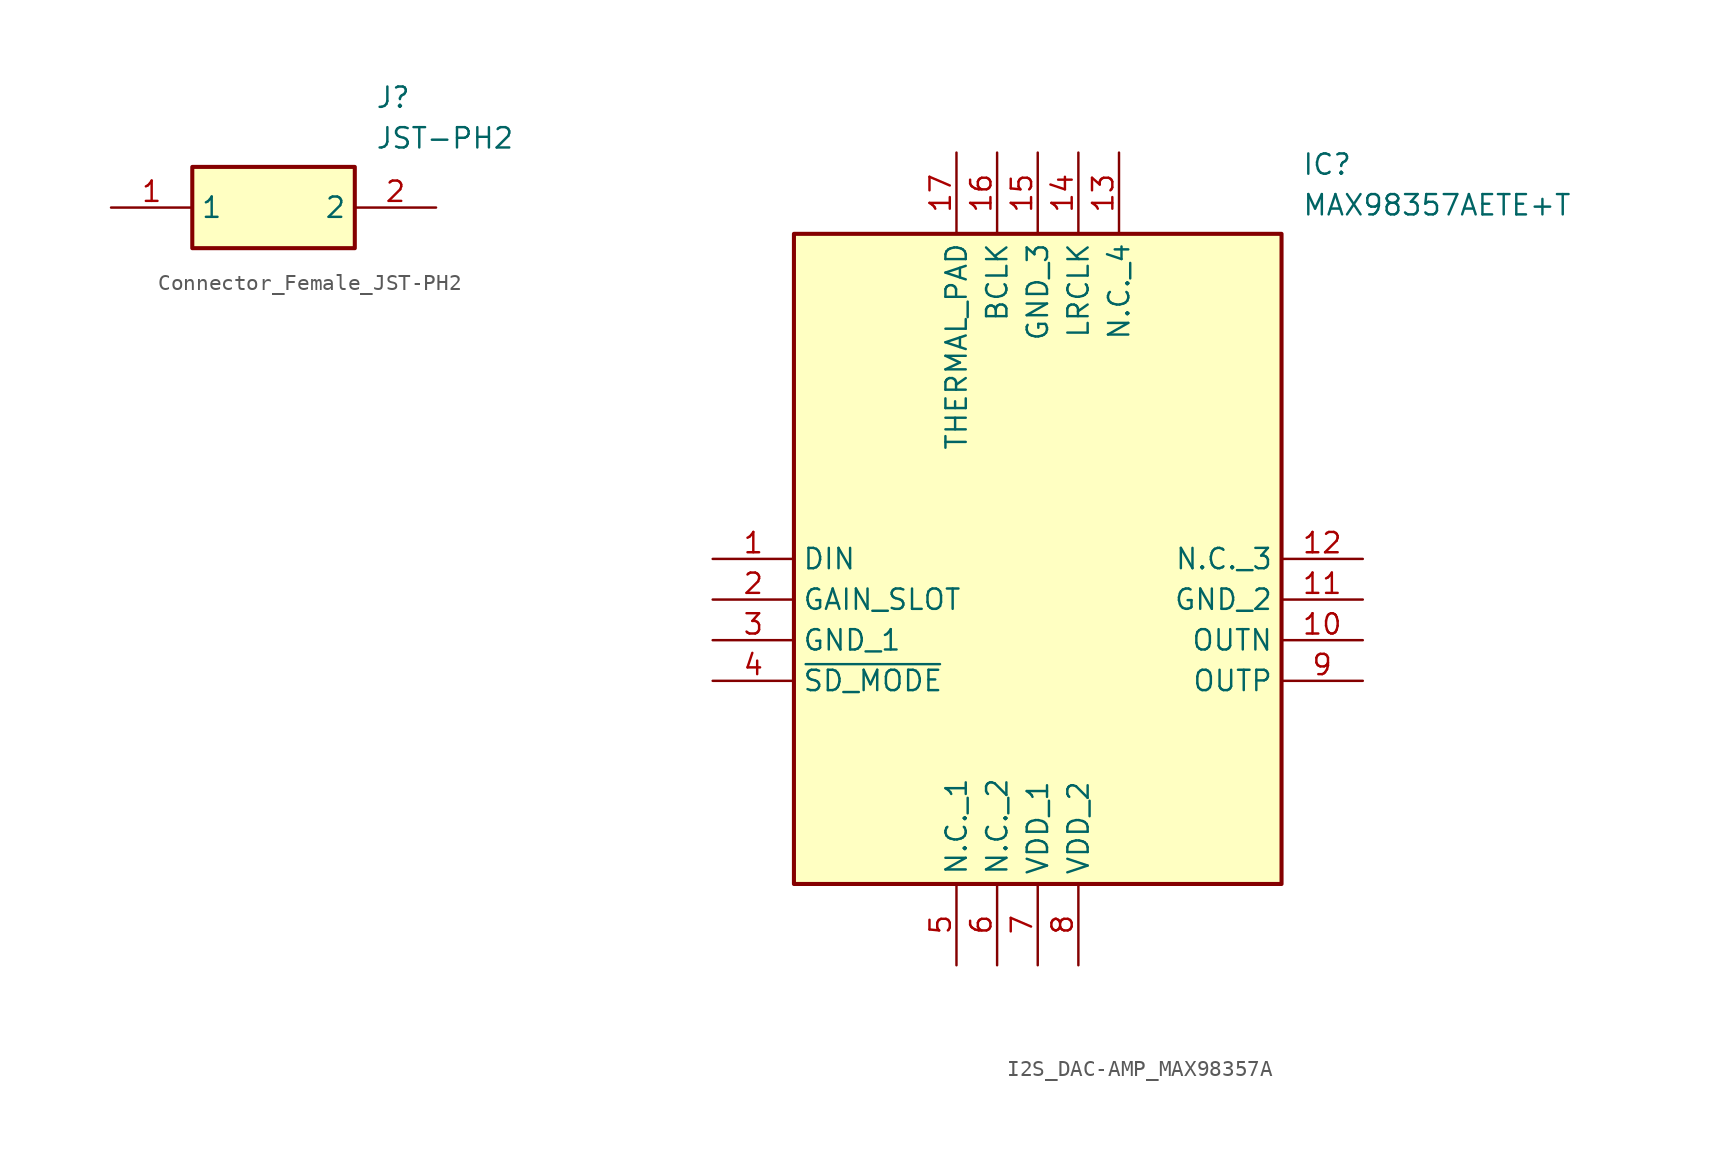
<source format=kicad_sym>
(kicad_symbol_lib
  (version 20220914)
  (generator kicad_symbol_editor)
  (symbol "Connector_Female_JST-PH2"
    (property "Reference" "J"
      (at 16.51 7.62 0)
      (effects (font (size 1.27 1.27)) (justify left top)))
    (property "Value" " JST-PH2"
      (at 16.51 5.08 0)
      (effects (font (size 1.27 1.27)) (justify left top)))
    (symbol "Connector_Female_JST-PH2_1_1"
      (rectangle (start 5.08 2.54) (end 15.24 -2.54) (stroke (width 0.254) (type default)) (fill (type background)))
      (pin passive line (at 0 0 0) (length 5.08) (name "1" (effects (font (size 1.27 1.27)))) (number "1" (effects (font (size 1.27 1.27)))))
      (pin passive line (at 20.32 0 180) (length 5.08) (name "2" (effects (font (size 1.27 1.27)))) (number "2" (effects (font (size 1.27 1.27)))))))
  (symbol "I2S_DAC-AMP_MAX98357A"
    (property "Reference" "IC"
      (at 36.83 25.4 0)
      (effects (font (size 1.27 1.27)) (justify left top)))
    (property "Value" "MAX98357AETE+T"
      (at 36.83 22.86 0)
      (effects (font (size 1.27 1.27)) (justify left top)))
    (symbol "I2S_DAC-AMP_MAX98357A_1_1"
      (rectangle (start 5.08 20.32) (end 35.56 -20.32) (stroke (width 0.254) (type default)) (fill (type background)))
      (pin passive line (at 0 0 0) (length 5.08) (name "DIN" (effects (font (size 1.27 1.27)))) (number "1" (effects (font (size 1.27 1.27)))))
      (pin passive line (at 40.64 -5.08 180) (length 5.08) (name "OUTN" (effects (font (size 1.27 1.27)))) (number "10" (effects (font (size 1.27 1.27)))))
      (pin passive line (at 40.64 -2.54 180) (length 5.08) (name "GND_2" (effects (font (size 1.27 1.27)))) (number "11" (effects (font (size 1.27 1.27)))))
      (pin passive line (at 40.64 0 180) (length 5.08) (name "N.C._3" (effects (font (size 1.27 1.27)))) (number "12" (effects (font (size 1.27 1.27)))))
      (pin passive line (at 25.4 25.4 270) (length 5.08) (name "N.C._4" (effects (font (size 1.27 1.27)))) (number "13" (effects (font (size 1.27 1.27)))))
      (pin passive line (at 22.86 25.4 270) (length 5.08) (name "LRCLK" (effects (font (size 1.27 1.27)))) (number "14" (effects (font (size 1.27 1.27)))))
      (pin passive line (at 20.32 25.4 270) (length 5.08) (name "GND_3" (effects (font (size 1.27 1.27)))) (number "15" (effects (font (size 1.27 1.27)))))
      (pin passive line (at 17.78 25.4 270) (length 5.08) (name "BCLK" (effects (font (size 1.27 1.27)))) (number "16" (effects (font (size 1.27 1.27)))))
      (pin passive line (at 15.24 25.4 270) (length 5.08) (name "THERMAL_PAD" (effects (font (size 1.27 1.27)))) (number "17" (effects (font (size 1.27 1.27)))))
      (pin passive line (at 0 -2.54 0) (length 5.08) (name "GAIN_SLOT" (effects (font (size 1.27 1.27)))) (number "2" (effects (font (size 1.27 1.27)))))
      (pin passive line (at 0 -5.08 0) (length 5.08) (name "GND_1" (effects (font (size 1.27 1.27)))) (number "3" (effects (font (size 1.27 1.27)))))
      (pin passive line (at 0 -7.62 0) (length 5.08) (name "~{SD_MODE}" (effects (font (size 1.27 1.27)))) (number "4" (effects (font (size 1.27 1.27)))))
      (pin passive line (at 15.24 -25.4 90) (length 5.08) (name "N.C._1" (effects (font (size 1.27 1.27)))) (number "5" (effects (font (size 1.27 1.27)))))
      (pin passive line (at 17.78 -25.4 90) (length 5.08) (name "N.C._2" (effects (font (size 1.27 1.27)))) (number "6" (effects (font (size 1.27 1.27)))))
      (pin passive line (at 20.32 -25.4 90) (length 5.08) (name "VDD_1" (effects (font (size 1.27 1.27)))) (number "7" (effects (font (size 1.27 1.27)))))
      (pin passive line (at 22.86 -25.4 90) (length 5.08) (name "VDD_2" (effects (font (size 1.27 1.27)))) (number "8" (effects (font (size 1.27 1.27)))))
      (pin passive line (at 40.64 -7.62 180) (length 5.08) (name "OUTP" (effects (font (size 1.27 1.27)))) (number "9" (effects (font (size 1.27 1.27))))))))
</source>
